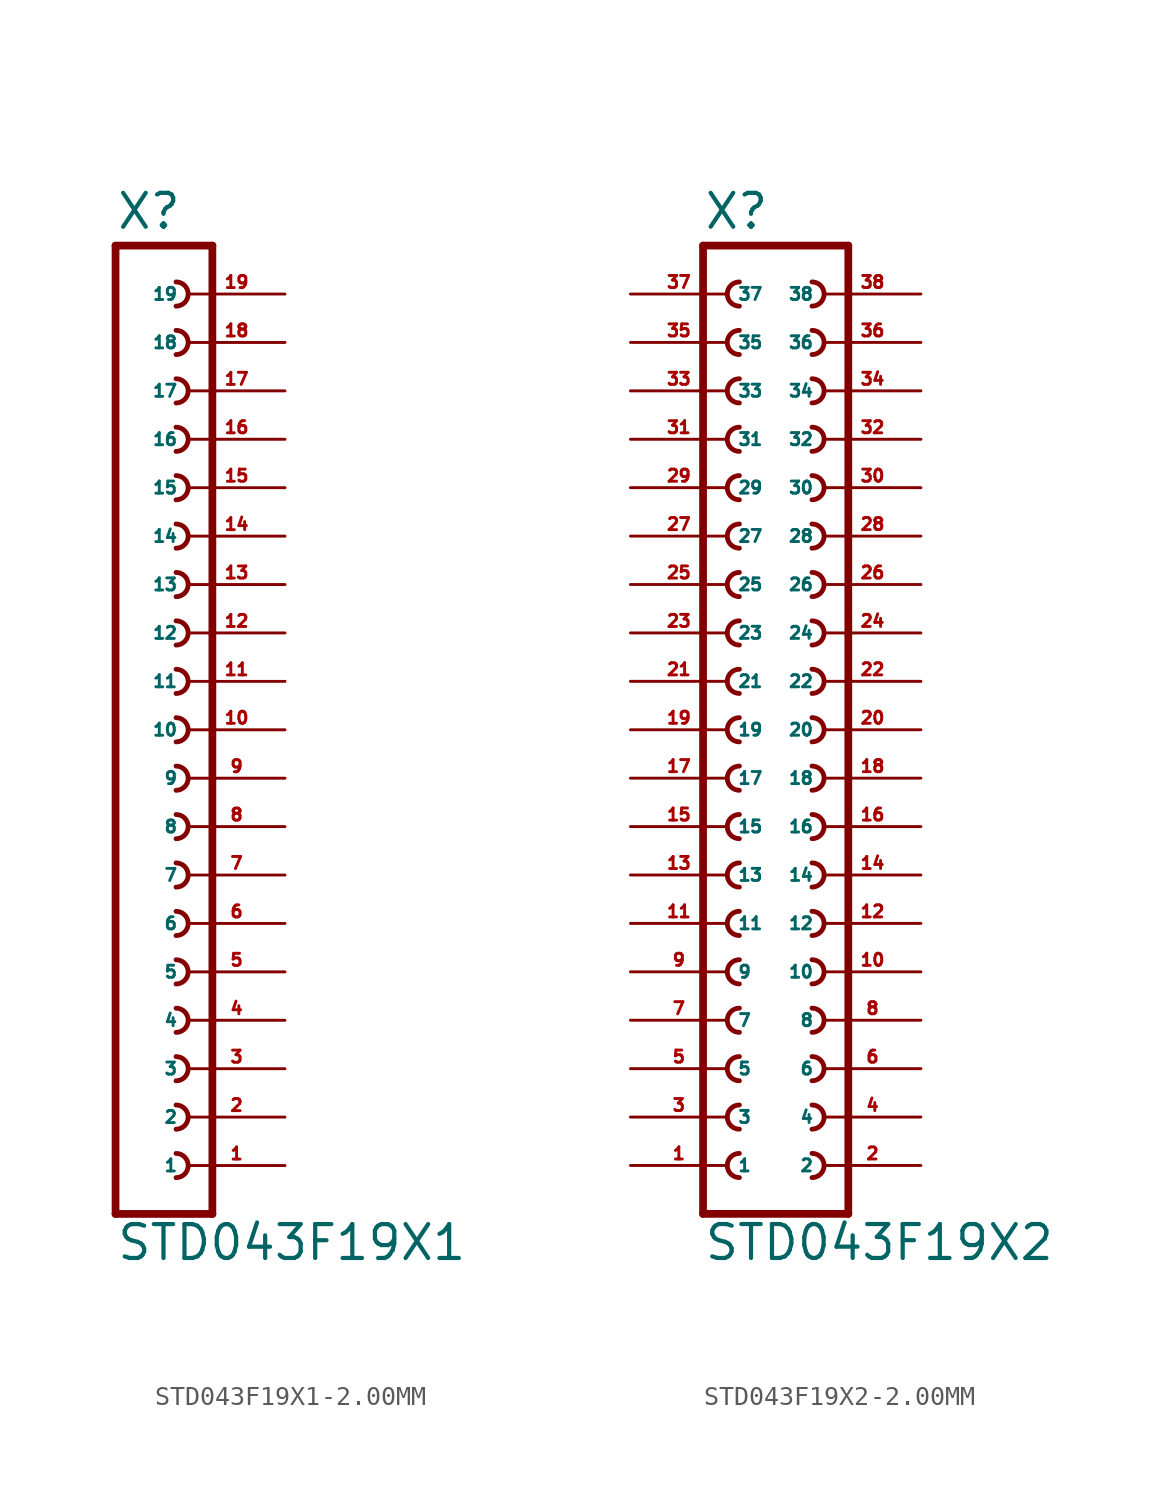
<source format=kicad_sym>
(kicad_symbol_lib
  (version 20220914)
  (generator Eagle2Kicad)
  (symbol "STD043F19X1-2.00MM"
    (property "Reference" "X"
      (at -1.27 26.162 0)
      (effects (font (size 1.778 1.778) (thickness 0.22)) (justify left bottom)))
    (property "Value" "STD043F19X1"
      (at -1.27 -27.94 0)
      (effects (font (size 1.778 1.778) (thickness 0.22)) (justify left bottom)))
    (polyline
      (pts (xy 3.81 -25.4) (xy -1.27 -25.4))
      (stroke (width 0.406) (type default))
      (fill (type none)))
    (arc
      (start 1.905 -13.335)
      (mid 2.540 -12.700)
      (end 1.905 -12.065)
      (stroke (width 0.254) (type default))
      (fill (type none)))
    (arc
      (start 1.905 -15.875)
      (mid 2.540 -15.240)
      (end 1.905 -14.605)
      (stroke (width 0.254) (type default))
      (fill (type none)))
    (arc
      (start 1.905 -18.415)
      (mid 2.540 -17.780)
      (end 1.905 -17.145)
      (stroke (width 0.254) (type default))
      (fill (type none)))
    (arc
      (start 1.905 -8.255)
      (mid 2.540 -7.620)
      (end 1.905 -6.985)
      (stroke (width 0.254) (type default))
      (fill (type none)))
    (arc
      (start 1.905 -10.795)
      (mid 2.540 -10.160)
      (end 1.905 -9.525)
      (stroke (width 0.254) (type default))
      (fill (type none)))
    (arc
      (start 1.905 -0.635)
      (mid 2.540 0.000)
      (end 1.905 0.635)
      (stroke (width 0.254) (type default))
      (fill (type none)))
    (arc
      (start 1.905 -3.175)
      (mid 2.540 -2.540)
      (end 1.905 -1.905)
      (stroke (width 0.254) (type default))
      (fill (type none)))
    (arc
      (start 1.905 -5.715)
      (mid 2.540 -5.080)
      (end 1.905 -4.445)
      (stroke (width 0.254) (type default))
      (fill (type none)))
    (arc
      (start 1.905 4.445)
      (mid 2.540 5.080)
      (end 1.905 5.715)
      (stroke (width 0.254) (type default))
      (fill (type none)))
    (arc
      (start 1.905 1.905)
      (mid 2.540 2.540)
      (end 1.905 3.175)
      (stroke (width 0.254) (type default))
      (fill (type none)))
    (arc
      (start 1.905 12.065)
      (mid 2.540 12.700)
      (end 1.905 13.335)
      (stroke (width 0.254) (type default))
      (fill (type none)))
    (arc
      (start 1.905 9.525)
      (mid 2.540 10.160)
      (end 1.905 10.795)
      (stroke (width 0.254) (type default))
      (fill (type none)))
    (arc
      (start 1.905 6.985)
      (mid 2.540 7.620)
      (end 1.905 8.255)
      (stroke (width 0.254) (type default))
      (fill (type none)))
    (arc
      (start 1.905 17.145)
      (mid 2.540 17.780)
      (end 1.905 18.415)
      (stroke (width 0.254) (type default))
      (fill (type none)))
    (arc
      (start 1.905 14.605)
      (mid 2.540 15.240)
      (end 1.905 15.875)
      (stroke (width 0.254) (type default))
      (fill (type none)))
    (polyline
      (pts (xy -1.27 25.4) (xy -1.27 -25.4))
      (stroke (width 0.406) (type default))
      (fill (type none)))
    (polyline
      (pts (xy 3.81 -25.4) (xy 3.81 25.4))
      (stroke (width 0.406) (type default))
      (fill (type none)))
    (polyline
      (pts (xy -1.27 25.4) (xy 3.81 25.4))
      (stroke (width 0.406) (type default))
      (fill (type none)))
    (arc
      (start 1.905 19.685)
      (mid 2.540 20.320)
      (end 1.905 20.955)
      (stroke (width 0.254) (type default))
      (fill (type none)))
    (arc
      (start 1.905 -20.955)
      (mid 2.540 -20.320)
      (end 1.905 -19.685)
      (stroke (width 0.254) (type default))
      (fill (type none)))
    (arc
      (start 1.905 22.225)
      (mid 2.540 22.860)
      (end 1.905 23.495)
      (stroke (width 0.254) (type default))
      (fill (type none)))
    (arc
      (start 1.905 -23.495)
      (mid 2.540 -22.860)
      (end 1.905 -22.225)
      (stroke (width 0.254) (type default))
      (fill (type none)))
    (pin passive line
      (at 7.62 -22.86 180)
      (length 5.08)
      (name "1" (effects (font (size 0.635 0.635) (thickness 0.08)) (justify left bottom)))
      (number "1" (effects (font (size 0.635 0.635) (thickness 0.08)) (justify left bottom))))
    (pin passive line
      (at 7.62 -20.32 180)
      (length 5.08)
      (name "2" (effects (font (size 0.635 0.635) (thickness 0.08)) (justify left bottom)))
      (number "2" (effects (font (size 0.635 0.635) (thickness 0.08)) (justify left bottom))))
    (pin passive line
      (at 7.62 -17.78 180)
      (length 5.08)
      (name "3" (effects (font (size 0.635 0.635) (thickness 0.08)) (justify left bottom)))
      (number "3" (effects (font (size 0.635 0.635) (thickness 0.08)) (justify left bottom))))
    (pin passive line
      (at 7.62 -15.24 180)
      (length 5.08)
      (name "4" (effects (font (size 0.635 0.635) (thickness 0.08)) (justify left bottom)))
      (number "4" (effects (font (size 0.635 0.635) (thickness 0.08)) (justify left bottom))))
    (pin passive line
      (at 7.62 -12.7 180)
      (length 5.08)
      (name "5" (effects (font (size 0.635 0.635) (thickness 0.08)) (justify left bottom)))
      (number "5" (effects (font (size 0.635 0.635) (thickness 0.08)) (justify left bottom))))
    (pin passive line
      (at 7.62 -10.16 180)
      (length 5.08)
      (name "6" (effects (font (size 0.635 0.635) (thickness 0.08)) (justify left bottom)))
      (number "6" (effects (font (size 0.635 0.635) (thickness 0.08)) (justify left bottom))))
    (pin passive line
      (at 7.62 -7.62 180)
      (length 5.08)
      (name "7" (effects (font (size 0.635 0.635) (thickness 0.08)) (justify left bottom)))
      (number "7" (effects (font (size 0.635 0.635) (thickness 0.08)) (justify left bottom))))
    (pin passive line
      (at 7.62 -5.08 180)
      (length 5.08)
      (name "8" (effects (font (size 0.635 0.635) (thickness 0.08)) (justify left bottom)))
      (number "8" (effects (font (size 0.635 0.635) (thickness 0.08)) (justify left bottom))))
    (pin passive line
      (at 7.62 -2.54 180)
      (length 5.08)
      (name "9" (effects (font (size 0.635 0.635) (thickness 0.08)) (justify left bottom)))
      (number "9" (effects (font (size 0.635 0.635) (thickness 0.08)) (justify left bottom))))
    (pin passive line
      (at 7.62 0 180)
      (length 5.08)
      (name "10" (effects (font (size 0.635 0.635) (thickness 0.08)) (justify left bottom)))
      (number "10" (effects (font (size 0.635 0.635) (thickness 0.08)) (justify left bottom))))
    (pin passive line
      (at 7.62 2.54 180)
      (length 5.08)
      (name "11" (effects (font (size 0.635 0.635) (thickness 0.08)) (justify left bottom)))
      (number "11" (effects (font (size 0.635 0.635) (thickness 0.08)) (justify left bottom))))
    (pin passive line
      (at 7.62 5.08 180)
      (length 5.08)
      (name "12" (effects (font (size 0.635 0.635) (thickness 0.08)) (justify left bottom)))
      (number "12" (effects (font (size 0.635 0.635) (thickness 0.08)) (justify left bottom))))
    (pin passive line
      (at 7.62 7.62 180)
      (length 5.08)
      (name "13" (effects (font (size 0.635 0.635) (thickness 0.08)) (justify left bottom)))
      (number "13" (effects (font (size 0.635 0.635) (thickness 0.08)) (justify left bottom))))
    (pin passive line
      (at 7.62 10.16 180)
      (length 5.08)
      (name "14" (effects (font (size 0.635 0.635) (thickness 0.08)) (justify left bottom)))
      (number "14" (effects (font (size 0.635 0.635) (thickness 0.08)) (justify left bottom))))
    (pin passive line
      (at 7.62 12.7 180)
      (length 5.08)
      (name "15" (effects (font (size 0.635 0.635) (thickness 0.08)) (justify left bottom)))
      (number "15" (effects (font (size 0.635 0.635) (thickness 0.08)) (justify left bottom))))
    (pin passive line
      (at 7.62 15.24 180)
      (length 5.08)
      (name "16" (effects (font (size 0.635 0.635) (thickness 0.08)) (justify left bottom)))
      (number "16" (effects (font (size 0.635 0.635) (thickness 0.08)) (justify left bottom))))
    (pin passive line
      (at 7.62 17.78 180)
      (length 5.08)
      (name "17" (effects (font (size 0.635 0.635) (thickness 0.08)) (justify left bottom)))
      (number "17" (effects (font (size 0.635 0.635) (thickness 0.08)) (justify left bottom))))
    (pin passive line
      (at 7.62 20.32 180)
      (length 5.08)
      (name "18" (effects (font (size 0.635 0.635) (thickness 0.08)) (justify left bottom)))
      (number "18" (effects (font (size 0.635 0.635) (thickness 0.08)) (justify left bottom))))
    (pin passive line
      (at 7.62 22.86 180)
      (length 5.08)
      (name "19" (effects (font (size 0.635 0.635) (thickness 0.08)) (justify left bottom)))
      (number "19" (effects (font (size 0.635 0.635) (thickness 0.08)) (justify left bottom)))))
  (symbol "STD043F19X2-2.00MM"
    (property "Reference" "X"
      (at -3.81 26.162 0)
      (effects (font (size 1.778 1.778) (thickness 0.22)) (justify left bottom)))
    (property "Value" "STD043F19X2"
      (at -3.81 -27.94 0)
      (effects (font (size 1.778 1.778) (thickness 0.22)) (justify left bottom)))
    (polyline
      (pts (xy 3.81 -25.4) (xy -3.81 -25.4))
      (stroke (width 0.406) (type default))
      (fill (type none)))
    (arc
      (start -1.905 -14.605)
      (mid -2.540 -15.240)
      (end -1.905 -15.875)
      (stroke (width 0.254) (type default))
      (fill (type none)))
    (arc
      (start -1.905 -17.145)
      (mid -2.540 -17.780)
      (end -1.905 -18.415)
      (stroke (width 0.254) (type default))
      (fill (type none)))
    (arc
      (start -1.905 -19.685)
      (mid -2.540 -20.320)
      (end -1.905 -20.955)
      (stroke (width 0.254) (type default))
      (fill (type none)))
    (arc
      (start 1.905 -15.875)
      (mid 2.540 -15.240)
      (end 1.905 -14.605)
      (stroke (width 0.254) (type default))
      (fill (type none)))
    (arc
      (start 1.905 -18.415)
      (mid 2.540 -17.780)
      (end 1.905 -17.145)
      (stroke (width 0.254) (type default))
      (fill (type none)))
    (arc
      (start 1.905 -20.955)
      (mid 2.540 -20.320)
      (end 1.905 -19.685)
      (stroke (width 0.254) (type default))
      (fill (type none)))
    (arc
      (start -1.905 -9.525)
      (mid -2.540 -10.160)
      (end -1.905 -10.795)
      (stroke (width 0.254) (type default))
      (fill (type none)))
    (arc
      (start -1.905 -12.065)
      (mid -2.540 -12.700)
      (end -1.905 -13.335)
      (stroke (width 0.254) (type default))
      (fill (type none)))
    (arc
      (start 1.905 -10.795)
      (mid 2.540 -10.160)
      (end 1.905 -9.525)
      (stroke (width 0.254) (type default))
      (fill (type none)))
    (arc
      (start 1.905 -13.335)
      (mid 2.540 -12.700)
      (end 1.905 -12.065)
      (stroke (width 0.254) (type default))
      (fill (type none)))
    (arc
      (start -1.905 -1.905)
      (mid -2.540 -2.540)
      (end -1.905 -3.175)
      (stroke (width 0.254) (type default))
      (fill (type none)))
    (arc
      (start -1.905 -4.445)
      (mid -2.540 -5.080)
      (end -1.905 -5.715)
      (stroke (width 0.254) (type default))
      (fill (type none)))
    (arc
      (start -1.905 -6.985)
      (mid -2.540 -7.620)
      (end -1.905 -8.255)
      (stroke (width 0.254) (type default))
      (fill (type none)))
    (arc
      (start 1.905 -3.175)
      (mid 2.540 -2.540)
      (end 1.905 -1.905)
      (stroke (width 0.254) (type default))
      (fill (type none)))
    (arc
      (start 1.905 -5.715)
      (mid 2.540 -5.080)
      (end 1.905 -4.445)
      (stroke (width 0.254) (type default))
      (fill (type none)))
    (arc
      (start 1.905 -8.255)
      (mid 2.540 -7.620)
      (end 1.905 -6.985)
      (stroke (width 0.254) (type default))
      (fill (type none)))
    (arc
      (start -1.905 3.175)
      (mid -2.540 2.540)
      (end -1.905 1.905)
      (stroke (width 0.254) (type default))
      (fill (type none)))
    (arc
      (start -1.905 0.635)
      (mid -2.540 0.000)
      (end -1.905 -0.635)
      (stroke (width 0.254) (type default))
      (fill (type none)))
    (arc
      (start 1.905 1.905)
      (mid 2.540 2.540)
      (end 1.905 3.175)
      (stroke (width 0.254) (type default))
      (fill (type none)))
    (arc
      (start 1.905 -0.635)
      (mid 2.540 0.000)
      (end 1.905 0.635)
      (stroke (width 0.254) (type default))
      (fill (type none)))
    (arc
      (start -1.905 10.795)
      (mid -2.540 10.160)
      (end -1.905 9.525)
      (stroke (width 0.254) (type default))
      (fill (type none)))
    (arc
      (start -1.905 8.255)
      (mid -2.540 7.620)
      (end -1.905 6.985)
      (stroke (width 0.254) (type default))
      (fill (type none)))
    (arc
      (start -1.905 5.715)
      (mid -2.540 5.080)
      (end -1.905 4.445)
      (stroke (width 0.254) (type default))
      (fill (type none)))
    (arc
      (start 1.905 9.525)
      (mid 2.540 10.160)
      (end 1.905 10.795)
      (stroke (width 0.254) (type default))
      (fill (type none)))
    (arc
      (start 1.905 6.985)
      (mid 2.540 7.620)
      (end 1.905 8.255)
      (stroke (width 0.254) (type default))
      (fill (type none)))
    (arc
      (start 1.905 4.445)
      (mid 2.540 5.080)
      (end 1.905 5.715)
      (stroke (width 0.254) (type default))
      (fill (type none)))
    (arc
      (start -1.905 15.875)
      (mid -2.540 15.240)
      (end -1.905 14.605)
      (stroke (width 0.254) (type default))
      (fill (type none)))
    (arc
      (start -1.905 13.335)
      (mid -2.540 12.700)
      (end -1.905 12.065)
      (stroke (width 0.254) (type default))
      (fill (type none)))
    (arc
      (start 1.905 14.605)
      (mid 2.540 15.240)
      (end 1.905 15.875)
      (stroke (width 0.254) (type default))
      (fill (type none)))
    (arc
      (start 1.905 12.065)
      (mid 2.540 12.700)
      (end 1.905 13.335)
      (stroke (width 0.254) (type default))
      (fill (type none)))
    (arc
      (start -1.905 20.955)
      (mid -2.540 20.320)
      (end -1.905 19.685)
      (stroke (width 0.254) (type default))
      (fill (type none)))
    (arc
      (start -1.905 18.415)
      (mid -2.540 17.780)
      (end -1.905 17.145)
      (stroke (width 0.254) (type default))
      (fill (type none)))
    (arc
      (start 1.905 19.685)
      (mid 2.540 20.320)
      (end 1.905 20.955)
      (stroke (width 0.254) (type default))
      (fill (type none)))
    (arc
      (start 1.905 17.145)
      (mid 2.540 17.780)
      (end 1.905 18.415)
      (stroke (width 0.254) (type default))
      (fill (type none)))
    (polyline
      (pts (xy -3.81 25.4) (xy -3.81 -25.4))
      (stroke (width 0.406) (type default))
      (fill (type none)))
    (polyline
      (pts (xy 3.81 -25.4) (xy 3.81 25.4))
      (stroke (width 0.406) (type default))
      (fill (type none)))
    (polyline
      (pts (xy -3.81 25.4) (xy 3.81 25.4))
      (stroke (width 0.406) (type default))
      (fill (type none)))
    (arc
      (start -1.905 23.495)
      (mid -2.540 22.860)
      (end -1.905 22.225)
      (stroke (width 0.254) (type default))
      (fill (type none)))
    (arc
      (start 1.905 22.225)
      (mid 2.540 22.860)
      (end 1.905 23.495)
      (stroke (width 0.254) (type default))
      (fill (type none)))
    (arc
      (start -1.905 -22.225)
      (mid -2.540 -22.860)
      (end -1.905 -23.495)
      (stroke (width 0.254) (type default))
      (fill (type none)))
    (arc
      (start 1.905 -23.495)
      (mid 2.540 -22.860)
      (end 1.905 -22.225)
      (stroke (width 0.254) (type default))
      (fill (type none)))
    (pin passive line
      (at -7.62 -22.86 0)
      (length 5.08)
      (name "1" (effects (font (size 0.635 0.635) (thickness 0.08)) (justify left bottom)))
      (number "1" (effects (font (size 0.635 0.635) (thickness 0.08)) (justify left bottom))))
    (pin passive line
      (at 7.62 -22.86 180)
      (length 5.08)
      (name "2" (effects (font (size 0.635 0.635) (thickness 0.08)) (justify left bottom)))
      (number "2" (effects (font (size 0.635 0.635) (thickness 0.08)) (justify left bottom))))
    (pin passive line
      (at -7.62 -20.32 0)
      (length 5.08)
      (name "3" (effects (font (size 0.635 0.635) (thickness 0.08)) (justify left bottom)))
      (number "3" (effects (font (size 0.635 0.635) (thickness 0.08)) (justify left bottom))))
    (pin passive line
      (at 7.62 -20.32 180)
      (length 5.08)
      (name "4" (effects (font (size 0.635 0.635) (thickness 0.08)) (justify left bottom)))
      (number "4" (effects (font (size 0.635 0.635) (thickness 0.08)) (justify left bottom))))
    (pin passive line
      (at -7.62 -17.78 0)
      (length 5.08)
      (name "5" (effects (font (size 0.635 0.635) (thickness 0.08)) (justify left bottom)))
      (number "5" (effects (font (size 0.635 0.635) (thickness 0.08)) (justify left bottom))))
    (pin passive line
      (at 7.62 -17.78 180)
      (length 5.08)
      (name "6" (effects (font (size 0.635 0.635) (thickness 0.08)) (justify left bottom)))
      (number "6" (effects (font (size 0.635 0.635) (thickness 0.08)) (justify left bottom))))
    (pin passive line
      (at -7.62 -15.24 0)
      (length 5.08)
      (name "7" (effects (font (size 0.635 0.635) (thickness 0.08)) (justify left bottom)))
      (number "7" (effects (font (size 0.635 0.635) (thickness 0.08)) (justify left bottom))))
    (pin passive line
      (at 7.62 -15.24 180)
      (length 5.08)
      (name "8" (effects (font (size 0.635 0.635) (thickness 0.08)) (justify left bottom)))
      (number "8" (effects (font (size 0.635 0.635) (thickness 0.08)) (justify left bottom))))
    (pin passive line
      (at -7.62 -12.7 0)
      (length 5.08)
      (name "9" (effects (font (size 0.635 0.635) (thickness 0.08)) (justify left bottom)))
      (number "9" (effects (font (size 0.635 0.635) (thickness 0.08)) (justify left bottom))))
    (pin passive line
      (at 7.62 -12.7 180)
      (length 5.08)
      (name "10" (effects (font (size 0.635 0.635) (thickness 0.08)) (justify left bottom)))
      (number "10" (effects (font (size 0.635 0.635) (thickness 0.08)) (justify left bottom))))
    (pin passive line
      (at -7.62 -10.16 0)
      (length 5.08)
      (name "11" (effects (font (size 0.635 0.635) (thickness 0.08)) (justify left bottom)))
      (number "11" (effects (font (size 0.635 0.635) (thickness 0.08)) (justify left bottom))))
    (pin passive line
      (at 7.62 -10.16 180)
      (length 5.08)
      (name "12" (effects (font (size 0.635 0.635) (thickness 0.08)) (justify left bottom)))
      (number "12" (effects (font (size 0.635 0.635) (thickness 0.08)) (justify left bottom))))
    (pin passive line
      (at -7.62 -7.62 0)
      (length 5.08)
      (name "13" (effects (font (size 0.635 0.635) (thickness 0.08)) (justify left bottom)))
      (number "13" (effects (font (size 0.635 0.635) (thickness 0.08)) (justify left bottom))))
    (pin passive line
      (at 7.62 -7.62 180)
      (length 5.08)
      (name "14" (effects (font (size 0.635 0.635) (thickness 0.08)) (justify left bottom)))
      (number "14" (effects (font (size 0.635 0.635) (thickness 0.08)) (justify left bottom))))
    (pin passive line
      (at -7.62 -5.08 0)
      (length 5.08)
      (name "15" (effects (font (size 0.635 0.635) (thickness 0.08)) (justify left bottom)))
      (number "15" (effects (font (size 0.635 0.635) (thickness 0.08)) (justify left bottom))))
    (pin passive line
      (at 7.62 -5.08 180)
      (length 5.08)
      (name "16" (effects (font (size 0.635 0.635) (thickness 0.08)) (justify left bottom)))
      (number "16" (effects (font (size 0.635 0.635) (thickness 0.08)) (justify left bottom))))
    (pin passive line
      (at -7.62 -2.54 0)
      (length 5.08)
      (name "17" (effects (font (size 0.635 0.635) (thickness 0.08)) (justify left bottom)))
      (number "17" (effects (font (size 0.635 0.635) (thickness 0.08)) (justify left bottom))))
    (pin passive line
      (at 7.62 -2.54 180)
      (length 5.08)
      (name "18" (effects (font (size 0.635 0.635) (thickness 0.08)) (justify left bottom)))
      (number "18" (effects (font (size 0.635 0.635) (thickness 0.08)) (justify left bottom))))
    (pin passive line
      (at -7.62 0 0)
      (length 5.08)
      (name "19" (effects (font (size 0.635 0.635) (thickness 0.08)) (justify left bottom)))
      (number "19" (effects (font (size 0.635 0.635) (thickness 0.08)) (justify left bottom))))
    (pin passive line
      (at 7.62 0 180)
      (length 5.08)
      (name "20" (effects (font (size 0.635 0.635) (thickness 0.08)) (justify left bottom)))
      (number "20" (effects (font (size 0.635 0.635) (thickness 0.08)) (justify left bottom))))
    (pin passive line
      (at -7.62 2.54 0)
      (length 5.08)
      (name "21" (effects (font (size 0.635 0.635) (thickness 0.08)) (justify left bottom)))
      (number "21" (effects (font (size 0.635 0.635) (thickness 0.08)) (justify left bottom))))
    (pin passive line
      (at 7.62 2.54 180)
      (length 5.08)
      (name "22" (effects (font (size 0.635 0.635) (thickness 0.08)) (justify left bottom)))
      (number "22" (effects (font (size 0.635 0.635) (thickness 0.08)) (justify left bottom))))
    (pin passive line
      (at -7.62 5.08 0)
      (length 5.08)
      (name "23" (effects (font (size 0.635 0.635) (thickness 0.08)) (justify left bottom)))
      (number "23" (effects (font (size 0.635 0.635) (thickness 0.08)) (justify left bottom))))
    (pin passive line
      (at 7.62 5.08 180)
      (length 5.08)
      (name "24" (effects (font (size 0.635 0.635) (thickness 0.08)) (justify left bottom)))
      (number "24" (effects (font (size 0.635 0.635) (thickness 0.08)) (justify left bottom))))
    (pin passive line
      (at -7.62 7.62 0)
      (length 5.08)
      (name "25" (effects (font (size 0.635 0.635) (thickness 0.08)) (justify left bottom)))
      (number "25" (effects (font (size 0.635 0.635) (thickness 0.08)) (justify left bottom))))
    (pin passive line
      (at 7.62 7.62 180)
      (length 5.08)
      (name "26" (effects (font (size 0.635 0.635) (thickness 0.08)) (justify left bottom)))
      (number "26" (effects (font (size 0.635 0.635) (thickness 0.08)) (justify left bottom))))
    (pin passive line
      (at -7.62 10.16 0)
      (length 5.08)
      (name "27" (effects (font (size 0.635 0.635) (thickness 0.08)) (justify left bottom)))
      (number "27" (effects (font (size 0.635 0.635) (thickness 0.08)) (justify left bottom))))
    (pin passive line
      (at 7.62 10.16 180)
      (length 5.08)
      (name "28" (effects (font (size 0.635 0.635) (thickness 0.08)) (justify left bottom)))
      (number "28" (effects (font (size 0.635 0.635) (thickness 0.08)) (justify left bottom))))
    (pin passive line
      (at -7.62 12.7 0)
      (length 5.08)
      (name "29" (effects (font (size 0.635 0.635) (thickness 0.08)) (justify left bottom)))
      (number "29" (effects (font (size 0.635 0.635) (thickness 0.08)) (justify left bottom))))
    (pin passive line
      (at 7.62 12.7 180)
      (length 5.08)
      (name "30" (effects (font (size 0.635 0.635) (thickness 0.08)) (justify left bottom)))
      (number "30" (effects (font (size 0.635 0.635) (thickness 0.08)) (justify left bottom))))
    (pin passive line
      (at -7.62 15.24 0)
      (length 5.08)
      (name "31" (effects (font (size 0.635 0.635) (thickness 0.08)) (justify left bottom)))
      (number "31" (effects (font (size 0.635 0.635) (thickness 0.08)) (justify left bottom))))
    (pin passive line
      (at 7.62 15.24 180)
      (length 5.08)
      (name "32" (effects (font (size 0.635 0.635) (thickness 0.08)) (justify left bottom)))
      (number "32" (effects (font (size 0.635 0.635) (thickness 0.08)) (justify left bottom))))
    (pin passive line
      (at -7.62 17.78 0)
      (length 5.08)
      (name "33" (effects (font (size 0.635 0.635) (thickness 0.08)) (justify left bottom)))
      (number "33" (effects (font (size 0.635 0.635) (thickness 0.08)) (justify left bottom))))
    (pin passive line
      (at 7.62 17.78 180)
      (length 5.08)
      (name "34" (effects (font (size 0.635 0.635) (thickness 0.08)) (justify left bottom)))
      (number "34" (effects (font (size 0.635 0.635) (thickness 0.08)) (justify left bottom))))
    (pin passive line
      (at -7.62 20.32 0)
      (length 5.08)
      (name "35" (effects (font (size 0.635 0.635) (thickness 0.08)) (justify left bottom)))
      (number "35" (effects (font (size 0.635 0.635) (thickness 0.08)) (justify left bottom))))
    (pin passive line
      (at 7.62 20.32 180)
      (length 5.08)
      (name "36" (effects (font (size 0.635 0.635) (thickness 0.08)) (justify left bottom)))
      (number "36" (effects (font (size 0.635 0.635) (thickness 0.08)) (justify left bottom))))
    (pin passive line
      (at -7.62 22.86 0)
      (length 5.08)
      (name "37" (effects (font (size 0.635 0.635) (thickness 0.08)) (justify left bottom)))
      (number "37" (effects (font (size 0.635 0.635) (thickness 0.08)) (justify left bottom))))
    (pin passive line
      (at 7.62 22.86 180)
      (length 5.08)
      (name "38" (effects (font (size 0.635 0.635) (thickness 0.08)) (justify left bottom)))
      (number "38" (effects (font (size 0.635 0.635) (thickness 0.08)) (justify left bottom))))))
</source>
